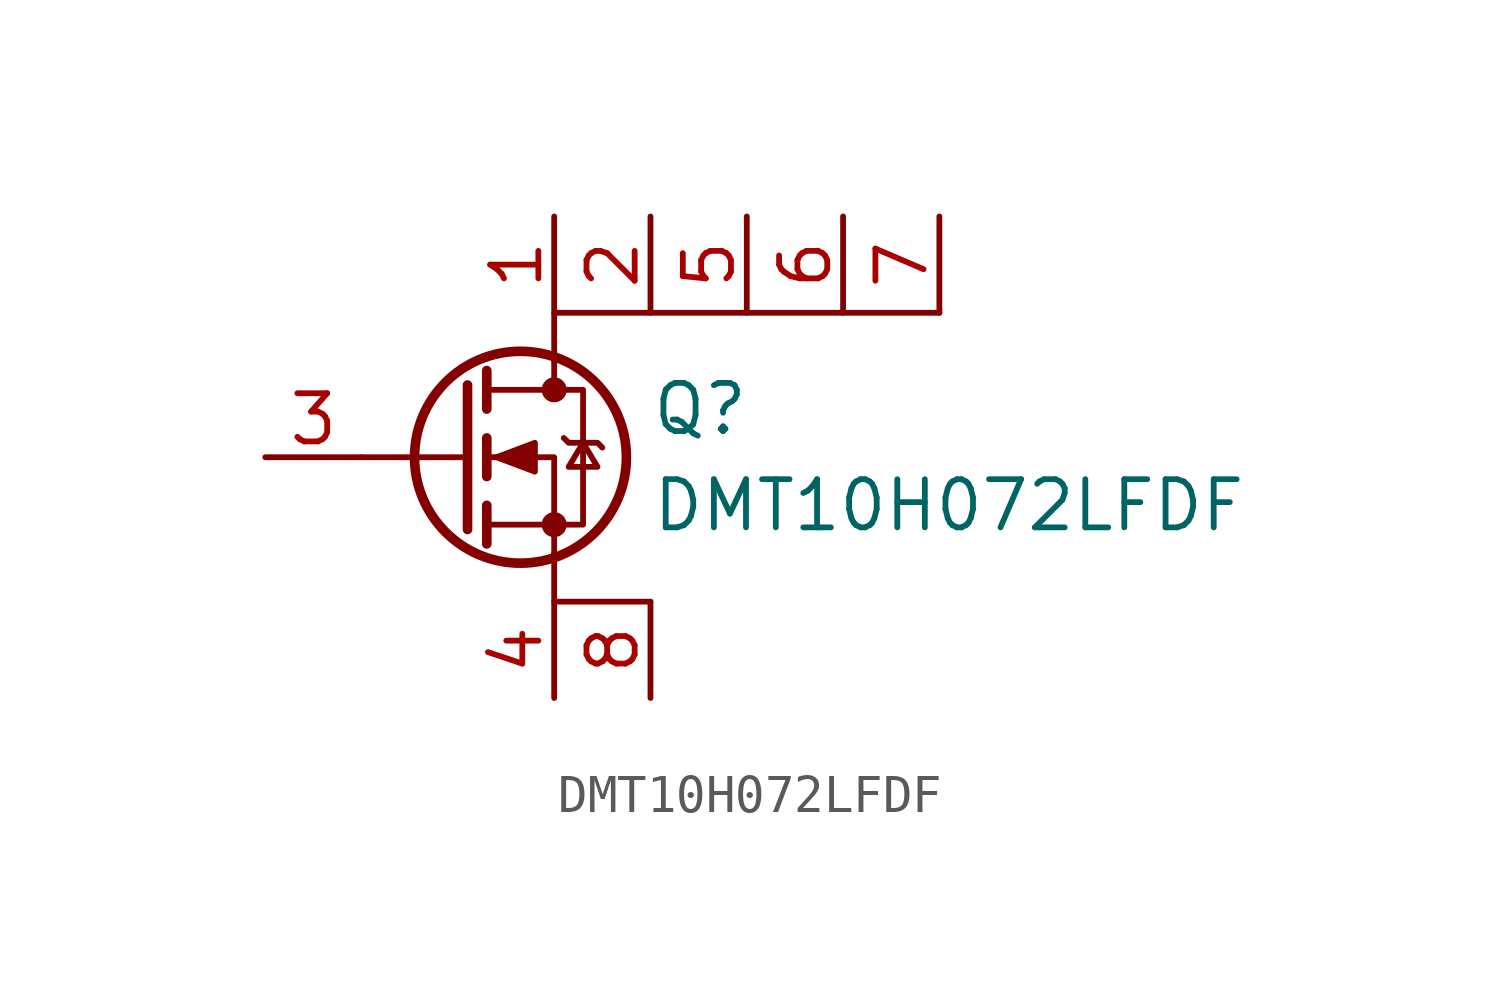
<source format=kicad_sym>
(kicad_symbol_lib
  (version 20211014)
  (generator kicad_symbol_editor)
  (symbol "DMT10H072LFDF:DMT10H072LFDF"
    (pin_names
      (offset 0) hide)
    (property "Reference" "Q"
      (at 5.08 1.27 0)
      (effects (font (size 1.27 1.27)) (justify left)))
    (property "Value" "DMT10H072LFDF"
      (at 5.08 -1.27 0)
      (effects (font (size 1.27 1.27)) (justify left)))
    (symbol "DMT10H072LFDF_0_1"
      (polyline (pts (xy 0.254 0) (xy -2.54 0)) (stroke (width 0) (type default) (color 0 0 0 0)) (fill (type none)))
      (polyline (pts (xy 0.254 1.905) (xy 0.254 -1.905)) (stroke (width 0.254) (type default) (color 0 0 0 0)) (fill (type none)))
      (polyline (pts (xy 0.762 -1.27) (xy 0.762 -2.286)) (stroke (width 0.254) (type default) (color 0 0 0 0)) (fill (type none)))
      (polyline (pts (xy 0.762 0.508) (xy 0.762 -0.508)) (stroke (width 0.254) (type default) (color 0 0 0 0)) (fill (type none)))
      (polyline (pts (xy 0.762 2.286) (xy 0.762 1.27)) (stroke (width 0.254) (type default) (color 0 0 0 0)) (fill (type none)))
      (polyline (pts (xy 2.54 2.54) (xy 2.54 1.778)) (stroke (width 0) (type default) (color 0 0 0 0)) (fill (type none)))
      (polyline (pts (xy 2.54 -2.54) (xy 2.54 -3.81) (xy 5.08 -3.81)) (stroke (width 0.152) (type default) (color 0 0 0 0)) (fill (type none)))
      (polyline (pts (xy 2.54 -2.54) (xy 2.54 0) (xy 0.762 0)) (stroke (width 0) (type default) (color 0 0 0 0)) (fill (type none)))
      (polyline (pts (xy 2.54 2.54) (xy 2.54 3.81) (xy 12.7 3.81)) (stroke (width 0.152) (type default) (color 0 0 0 0)) (fill (type none)))
      (polyline (pts (xy 0.762 -1.778) (xy 3.302 -1.778) (xy 3.302 1.778) (xy 0.762 1.778)) (stroke (width 0) (type default) (color 0 0 0 0)) (fill (type none)))
      (polyline (pts (xy 1.016 0) (xy 2.032 0.381) (xy 2.032 -0.381) (xy 1.016 0)) (stroke (width 0) (type default) (color 0 0 0 0)) (fill (type outline)))
      (polyline (pts (xy 2.794 0.508) (xy 2.921 0.381) (xy 3.683 0.381) (xy 3.81 0.254)) (stroke (width 0) (type default) (color 0 0 0 0)) (fill (type none)))
      (polyline (pts (xy 3.302 0.381) (xy 2.921 -0.254) (xy 3.683 -0.254) (xy 3.302 0.381)) (stroke (width 0) (type default) (color 0 0 0 0)) (fill (type none)))
      (circle (center 1.651 0) (radius 2.794) (stroke (width 0.254)) (stroke (width 0.254) (type default) (color 0 0 0 0)) (fill (type none)))
      (circle (center 2.54 -1.778) (radius 0.254) (stroke (width 0)) (stroke (width 0) (type default) (color 0 0 0 0)) (fill (type outline)))
      (circle (center 2.54 1.778) (radius 0.254) (stroke (width 0)) (stroke (width 0) (type default) (color 0 0 0 0)) (fill (type outline))))
    (symbol "DMT10H072LFDF_1_1"
      (pin passive line (at 2.54 6.35 270) (length 2.54) (name "D" (effects (font (size 1.27 1.27)))) (number "1" (effects (font (size 1.27 1.27)))))
      (pin passive line (at 5.08 6.35 270) (length 2.54) (name "D" (effects (font (size 1.27 1.27)))) (number "2" (effects (font (size 1.27 1.27)))))
      (pin input line (at -5.08 0 0) (length 2.54) (name "G" (effects (font (size 1.27 1.27)))) (number "3" (effects (font (size 1.27 1.27)))))
      (pin passive line (at 2.54 -6.35 90) (length 2.54) (name "S" (effects (font (size 1.27 1.27)))) (number "4" (effects (font (size 1.27 1.27)))))
      (pin passive line (at 7.62 6.35 270) (length 2.54) (name "D" (effects (font (size 1.27 1.27)))) (number "5" (effects (font (size 1.27 1.27)))))
      (pin passive line (at 10.16 6.35 270) (length 2.54) (name "D" (effects (font (size 1.27 1.27)))) (number "6" (effects (font (size 1.27 1.27)))))
      (pin passive line (at 12.7 6.35 270) (length 2.54) (name "D" (effects (font (size 1.27 1.27)))) (number "7" (effects (font (size 1.27 1.27)))))
      (pin passive line (at 5.08 -6.35 90) (length 2.54) (name "S" (effects (font (size 1.27 1.27)))) (number "8" (effects (font (size 1.27 1.27))))))))
</source>
